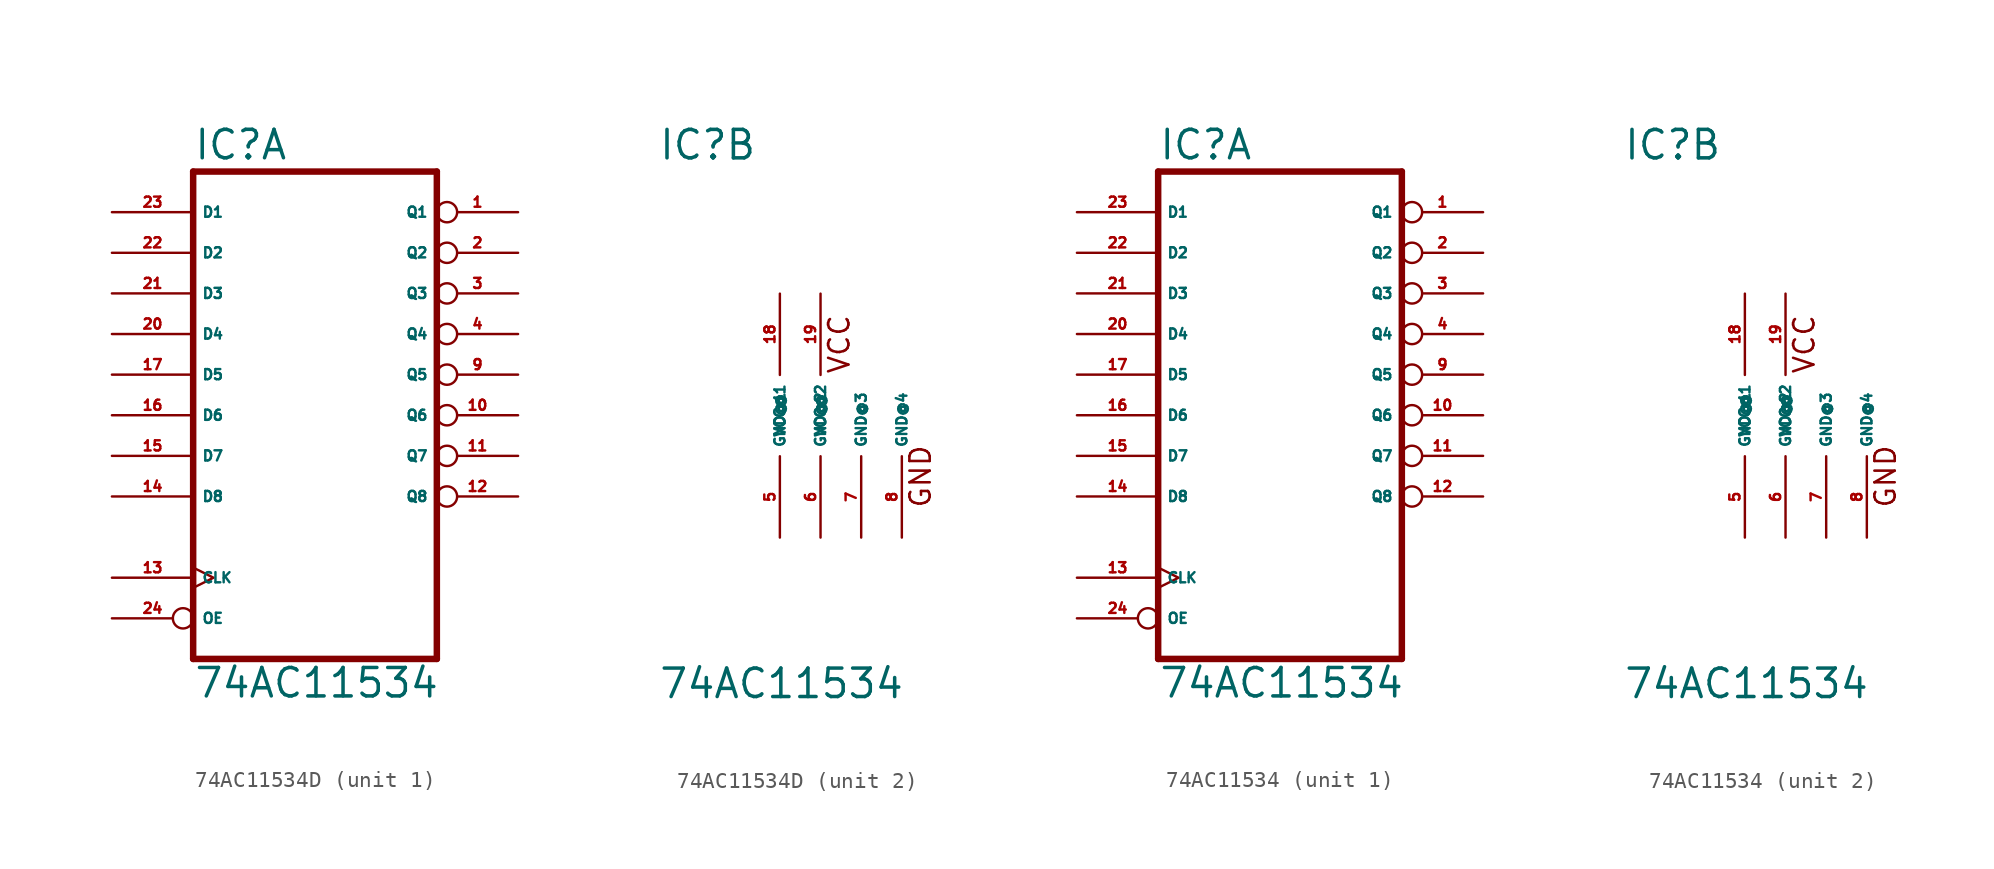
<source format=kicad_sym>
(kicad_symbol_lib
  (version 20220914)
  (generator Eagle2Kicad)
  (symbol "74AC11534D"
    (property "Reference" "IC"
      (at -7.62 15.875 0)
      (effects (font (size 1.778 1.778) (thickness 0.22)) (justify left bottom)))
    (property "Value" "74AC11534"
      (at -7.62 -17.78 0)
      (effects (font (size 1.778 1.778) (thickness 0.22)) (justify left bottom)))
    (symbol "74AC11534D_1_0"
      (polyline (pts (xy -7.62 -15.24) (xy 7.62 -15.24)) (stroke (width 0.406) (type default)) (fill (type none)))
      (polyline (pts (xy 7.62 -15.24) (xy 7.62 15.24)) (stroke (width 0.406) (type default)) (fill (type none)))
      (polyline (pts (xy 7.62 15.24) (xy -7.62 15.24)) (stroke (width 0.406) (type default)) (fill (type none)))
      (polyline (pts (xy -7.62 15.24) (xy -7.62 -15.24)) (stroke (width 0.406) (type default)) (fill (type none)))
      (pin tri_state inverted (at 12.7 12.7 180) (length 5.08) (name "Q1" (effects (font (size 0.635 0.635) (thickness 0.08)) (justify left bottom))) (number "1" (effects (font (size 0.635 0.635) (thickness 0.08)) (justify left bottom))))
      (pin tri_state inverted (at 12.7 10.16 180) (length 5.08) (name "Q2" (effects (font (size 0.635 0.635) (thickness 0.08)) (justify left bottom))) (number "2" (effects (font (size 0.635 0.635) (thickness 0.08)) (justify left bottom))))
      (pin tri_state inverted (at 12.7 7.62 180) (length 5.08) (name "Q3" (effects (font (size 0.635 0.635) (thickness 0.08)) (justify left bottom))) (number "3" (effects (font (size 0.635 0.635) (thickness 0.08)) (justify left bottom))))
      (pin tri_state inverted (at 12.7 5.08 180) (length 5.08) (name "Q4" (effects (font (size 0.635 0.635) (thickness 0.08)) (justify left bottom))) (number "4" (effects (font (size 0.635 0.635) (thickness 0.08)) (justify left bottom))))
      (pin tri_state inverted (at 12.7 2.54 180) (length 5.08) (name "Q5" (effects (font (size 0.635 0.635) (thickness 0.08)) (justify left bottom))) (number "9" (effects (font (size 0.635 0.635) (thickness 0.08)) (justify left bottom))))
      (pin tri_state inverted (at 12.7 0 180) (length 5.08) (name "Q6" (effects (font (size 0.635 0.635) (thickness 0.08)) (justify left bottom))) (number "10" (effects (font (size 0.635 0.635) (thickness 0.08)) (justify left bottom))))
      (pin tri_state inverted (at 12.7 -2.54 180) (length 5.08) (name "Q7" (effects (font (size 0.635 0.635) (thickness 0.08)) (justify left bottom))) (number "11" (effects (font (size 0.635 0.635) (thickness 0.08)) (justify left bottom))))
      (pin tri_state inverted (at 12.7 -5.08 180) (length 5.08) (name "Q8" (effects (font (size 0.635 0.635) (thickness 0.08)) (justify left bottom))) (number "12" (effects (font (size 0.635 0.635) (thickness 0.08)) (justify left bottom))))
      (pin input clock (at -12.7 -10.16 0) (length 5.08) (name "CLK" (effects (font (size 0.635 0.635) (thickness 0.08)) (justify left bottom))) (number "13" (effects (font (size 0.635 0.635) (thickness 0.08)) (justify left bottom))))
      (pin input line (at -12.7 -5.08 0) (length 5.08) (name "D8" (effects (font (size 0.635 0.635) (thickness 0.08)) (justify left bottom))) (number "14" (effects (font (size 0.635 0.635) (thickness 0.08)) (justify left bottom))))
      (pin input line (at -12.7 -2.54 0) (length 5.08) (name "D7" (effects (font (size 0.635 0.635) (thickness 0.08)) (justify left bottom))) (number "15" (effects (font (size 0.635 0.635) (thickness 0.08)) (justify left bottom))))
      (pin input line (at -12.7 0 0) (length 5.08) (name "D6" (effects (font (size 0.635 0.635) (thickness 0.08)) (justify left bottom))) (number "16" (effects (font (size 0.635 0.635) (thickness 0.08)) (justify left bottom))))
      (pin input line (at -12.7 2.54 0) (length 5.08) (name "D5" (effects (font (size 0.635 0.635) (thickness 0.08)) (justify left bottom))) (number "17" (effects (font (size 0.635 0.635) (thickness 0.08)) (justify left bottom))))
      (pin input line (at -12.7 5.08 0) (length 5.08) (name "D4" (effects (font (size 0.635 0.635) (thickness 0.08)) (justify left bottom))) (number "20" (effects (font (size 0.635 0.635) (thickness 0.08)) (justify left bottom))))
      (pin input line (at -12.7 7.62 0) (length 5.08) (name "D3" (effects (font (size 0.635 0.635) (thickness 0.08)) (justify left bottom))) (number "21" (effects (font (size 0.635 0.635) (thickness 0.08)) (justify left bottom))))
      (pin input line (at -12.7 10.16 0) (length 5.08) (name "D2" (effects (font (size 0.635 0.635) (thickness 0.08)) (justify left bottom))) (number "22" (effects (font (size 0.635 0.635) (thickness 0.08)) (justify left bottom))))
      (pin input line (at -12.7 12.7 0) (length 5.08) (name "D1" (effects (font (size 0.635 0.635) (thickness 0.08)) (justify left bottom))) (number "23" (effects (font (size 0.635 0.635) (thickness 0.08)) (justify left bottom))))
      (pin input inverted (at -12.7 -12.7 0) (length 5.08) (name "OE" (effects (font (size 0.635 0.635) (thickness 0.08)) (justify left bottom))) (number "24" (effects (font (size 0.635 0.635) (thickness 0.08)) (justify left bottom)))))
    (symbol "74AC11534D_2_0"
      (text "VCC" (at 4.445 2.54 900) (effects (font (size 1.27 1.27) (thickness 0.16)) (justify left bottom)))
      (text "GND" (at 9.525 -5.842 900) (effects (font (size 1.27 1.27) (thickness 0.16)) (justify left bottom)))
      (pin unspecified line (at 0 -7.62 90) (length 5.08) (name "GND@1" (effects (font (size 0.635 0.635) (thickness 0.08)) (justify left bottom))) (number "5" (effects (font (size 0.635 0.635) (thickness 0.08)) (justify left bottom))))
      (pin unspecified line (at 2.54 -7.62 90) (length 5.08) (name "GND@2" (effects (font (size 0.635 0.635) (thickness 0.08)) (justify left bottom))) (number "6" (effects (font (size 0.635 0.635) (thickness 0.08)) (justify left bottom))))
      (pin unspecified line (at 5.08 -7.62 90) (length 5.08) (name "GND@3" (effects (font (size 0.635 0.635) (thickness 0.08)) (justify left bottom))) (number "7" (effects (font (size 0.635 0.635) (thickness 0.08)) (justify left bottom))))
      (pin unspecified line (at 7.62 -7.62 90) (length 5.08) (name "GND@4" (effects (font (size 0.635 0.635) (thickness 0.08)) (justify left bottom))) (number "8" (effects (font (size 0.635 0.635) (thickness 0.08)) (justify left bottom))))
      (pin unspecified line (at 0 7.62 270) (length 5.08) (name "VCC@1" (effects (font (size 0.635 0.635) (thickness 0.08)) (justify left bottom))) (number "18" (effects (font (size 0.635 0.635) (thickness 0.08)) (justify left bottom))))
      (pin unspecified line (at 2.54 7.62 270) (length 5.08) (name "VCC@2" (effects (font (size 0.635 0.635) (thickness 0.08)) (justify left bottom))) (number "19" (effects (font (size 0.635 0.635) (thickness 0.08)) (justify left bottom))))))
  (symbol "74AC11534"
    (property "Reference" "IC"
      (at -7.62 15.875 0)
      (effects (font (size 1.778 1.778) (thickness 0.22)) (justify left bottom)))
    (property "Value" "74AC11534"
      (at -7.62 -17.78 0)
      (effects (font (size 1.778 1.778) (thickness 0.22)) (justify left bottom)))
    (symbol "74AC11534_1_0"
      (polyline (pts (xy -7.62 -15.24) (xy 7.62 -15.24)) (stroke (width 0.406) (type default)) (fill (type none)))
      (polyline (pts (xy 7.62 -15.24) (xy 7.62 15.24)) (stroke (width 0.406) (type default)) (fill (type none)))
      (polyline (pts (xy 7.62 15.24) (xy -7.62 15.24)) (stroke (width 0.406) (type default)) (fill (type none)))
      (polyline (pts (xy -7.62 15.24) (xy -7.62 -15.24)) (stroke (width 0.406) (type default)) (fill (type none)))
      (pin tri_state inverted (at 12.7 12.7 180) (length 5.08) (name "Q1" (effects (font (size 0.635 0.635) (thickness 0.08)) (justify left bottom))) (number "1" (effects (font (size 0.635 0.635) (thickness 0.08)) (justify left bottom))))
      (pin tri_state inverted (at 12.7 10.16 180) (length 5.08) (name "Q2" (effects (font (size 0.635 0.635) (thickness 0.08)) (justify left bottom))) (number "2" (effects (font (size 0.635 0.635) (thickness 0.08)) (justify left bottom))))
      (pin tri_state inverted (at 12.7 7.62 180) (length 5.08) (name "Q3" (effects (font (size 0.635 0.635) (thickness 0.08)) (justify left bottom))) (number "3" (effects (font (size 0.635 0.635) (thickness 0.08)) (justify left bottom))))
      (pin tri_state inverted (at 12.7 5.08 180) (length 5.08) (name "Q4" (effects (font (size 0.635 0.635) (thickness 0.08)) (justify left bottom))) (number "4" (effects (font (size 0.635 0.635) (thickness 0.08)) (justify left bottom))))
      (pin tri_state inverted (at 12.7 2.54 180) (length 5.08) (name "Q5" (effects (font (size 0.635 0.635) (thickness 0.08)) (justify left bottom))) (number "9" (effects (font (size 0.635 0.635) (thickness 0.08)) (justify left bottom))))
      (pin tri_state inverted (at 12.7 0 180) (length 5.08) (name "Q6" (effects (font (size 0.635 0.635) (thickness 0.08)) (justify left bottom))) (number "10" (effects (font (size 0.635 0.635) (thickness 0.08)) (justify left bottom))))
      (pin tri_state inverted (at 12.7 -2.54 180) (length 5.08) (name "Q7" (effects (font (size 0.635 0.635) (thickness 0.08)) (justify left bottom))) (number "11" (effects (font (size 0.635 0.635) (thickness 0.08)) (justify left bottom))))
      (pin tri_state inverted (at 12.7 -5.08 180) (length 5.08) (name "Q8" (effects (font (size 0.635 0.635) (thickness 0.08)) (justify left bottom))) (number "12" (effects (font (size 0.635 0.635) (thickness 0.08)) (justify left bottom))))
      (pin input clock (at -12.7 -10.16 0) (length 5.08) (name "CLK" (effects (font (size 0.635 0.635) (thickness 0.08)) (justify left bottom))) (number "13" (effects (font (size 0.635 0.635) (thickness 0.08)) (justify left bottom))))
      (pin input line (at -12.7 -5.08 0) (length 5.08) (name "D8" (effects (font (size 0.635 0.635) (thickness 0.08)) (justify left bottom))) (number "14" (effects (font (size 0.635 0.635) (thickness 0.08)) (justify left bottom))))
      (pin input line (at -12.7 -2.54 0) (length 5.08) (name "D7" (effects (font (size 0.635 0.635) (thickness 0.08)) (justify left bottom))) (number "15" (effects (font (size 0.635 0.635) (thickness 0.08)) (justify left bottom))))
      (pin input line (at -12.7 0 0) (length 5.08) (name "D6" (effects (font (size 0.635 0.635) (thickness 0.08)) (justify left bottom))) (number "16" (effects (font (size 0.635 0.635) (thickness 0.08)) (justify left bottom))))
      (pin input line (at -12.7 2.54 0) (length 5.08) (name "D5" (effects (font (size 0.635 0.635) (thickness 0.08)) (justify left bottom))) (number "17" (effects (font (size 0.635 0.635) (thickness 0.08)) (justify left bottom))))
      (pin input line (at -12.7 5.08 0) (length 5.08) (name "D4" (effects (font (size 0.635 0.635) (thickness 0.08)) (justify left bottom))) (number "20" (effects (font (size 0.635 0.635) (thickness 0.08)) (justify left bottom))))
      (pin input line (at -12.7 7.62 0) (length 5.08) (name "D3" (effects (font (size 0.635 0.635) (thickness 0.08)) (justify left bottom))) (number "21" (effects (font (size 0.635 0.635) (thickness 0.08)) (justify left bottom))))
      (pin input line (at -12.7 10.16 0) (length 5.08) (name "D2" (effects (font (size 0.635 0.635) (thickness 0.08)) (justify left bottom))) (number "22" (effects (font (size 0.635 0.635) (thickness 0.08)) (justify left bottom))))
      (pin input line (at -12.7 12.7 0) (length 5.08) (name "D1" (effects (font (size 0.635 0.635) (thickness 0.08)) (justify left bottom))) (number "23" (effects (font (size 0.635 0.635) (thickness 0.08)) (justify left bottom))))
      (pin input inverted (at -12.7 -12.7 0) (length 5.08) (name "OE" (effects (font (size 0.635 0.635) (thickness 0.08)) (justify left bottom))) (number "24" (effects (font (size 0.635 0.635) (thickness 0.08)) (justify left bottom)))))
    (symbol "74AC11534_2_0"
      (text "VCC" (at 4.445 2.54 900) (effects (font (size 1.27 1.27) (thickness 0.16)) (justify left bottom)))
      (text "GND" (at 9.525 -5.842 900) (effects (font (size 1.27 1.27) (thickness 0.16)) (justify left bottom)))
      (pin unspecified line (at 0 -7.62 90) (length 5.08) (name "GND@1" (effects (font (size 0.635 0.635) (thickness 0.08)) (justify left bottom))) (number "5" (effects (font (size 0.635 0.635) (thickness 0.08)) (justify left bottom))))
      (pin unspecified line (at 2.54 -7.62 90) (length 5.08) (name "GND@2" (effects (font (size 0.635 0.635) (thickness 0.08)) (justify left bottom))) (number "6" (effects (font (size 0.635 0.635) (thickness 0.08)) (justify left bottom))))
      (pin unspecified line (at 5.08 -7.62 90) (length 5.08) (name "GND@3" (effects (font (size 0.635 0.635) (thickness 0.08)) (justify left bottom))) (number "7" (effects (font (size 0.635 0.635) (thickness 0.08)) (justify left bottom))))
      (pin unspecified line (at 7.62 -7.62 90) (length 5.08) (name "GND@4" (effects (font (size 0.635 0.635) (thickness 0.08)) (justify left bottom))) (number "8" (effects (font (size 0.635 0.635) (thickness 0.08)) (justify left bottom))))
      (pin unspecified line (at 0 7.62 270) (length 5.08) (name "VCC@1" (effects (font (size 0.635 0.635) (thickness 0.08)) (justify left bottom))) (number "18" (effects (font (size 0.635 0.635) (thickness 0.08)) (justify left bottom))))
      (pin unspecified line (at 2.54 7.62 270) (length 5.08) (name "VCC@2" (effects (font (size 0.635 0.635) (thickness 0.08)) (justify left bottom))) (number "19" (effects (font (size 0.635 0.635) (thickness 0.08)) (justify left bottom)))))))
</source>
